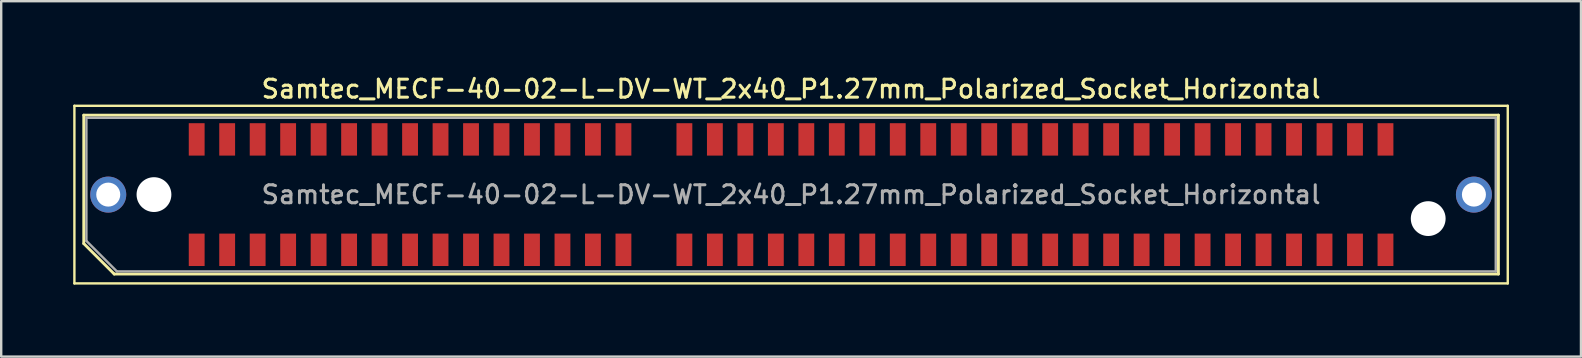
<source format=kicad_pcb>
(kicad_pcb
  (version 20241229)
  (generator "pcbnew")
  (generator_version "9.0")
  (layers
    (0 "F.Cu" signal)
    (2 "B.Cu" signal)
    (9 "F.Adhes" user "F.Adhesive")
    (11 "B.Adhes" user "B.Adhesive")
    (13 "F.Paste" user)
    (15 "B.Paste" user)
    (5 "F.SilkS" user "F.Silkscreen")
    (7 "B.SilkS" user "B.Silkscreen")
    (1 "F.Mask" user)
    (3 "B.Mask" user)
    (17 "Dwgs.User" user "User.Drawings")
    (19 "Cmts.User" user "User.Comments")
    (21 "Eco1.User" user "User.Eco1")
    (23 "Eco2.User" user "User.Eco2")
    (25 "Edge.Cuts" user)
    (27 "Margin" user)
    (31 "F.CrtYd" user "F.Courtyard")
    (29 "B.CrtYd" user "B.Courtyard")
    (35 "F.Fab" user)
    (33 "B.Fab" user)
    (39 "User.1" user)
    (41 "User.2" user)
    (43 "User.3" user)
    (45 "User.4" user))
  (footprint "Samtec_MECF-40-02-L-DV-WT_2x40_P1.27mm_Polarized_Socket_Horizontal"
    (layer "F.Cu")
    (at 29.91 5.058)
    (property "Reference" "Samtec_MECF-40-02-L-DV-WT_2x40_P1.27mm_Polarized_Socket_Horizontal" (at 0 -4.4 0) (layer "F.SilkS") (effects (font (size 0.75 0.75) (thickness 0.125))))
    (attr smd)
    (fp_line (start -29.86 -3.7) (end -29.86 3.7) (stroke (width 0.1) (type solid)) (layer "F.SilkS"))
    (fp_line (start -29.86 3.7) (end 29.86 3.7) (stroke (width 0.1) (type solid)) (layer "F.SilkS"))
    (fp_line (start -29.47 -3.31) (end 29.47 -3.31) (stroke (width 0.12) (type solid)) (layer "F.SilkS"))
    (fp_line (start -29.47 2.04) (end -29.47 -3.31) (stroke (width 0.12) (type solid)) (layer "F.SilkS"))
    (fp_line (start -28.2 3.31) (end -29.47 2.04) (stroke (width 0.12) (type solid)) (layer "F.SilkS"))
    (fp_line (start -28.2 3.31) (end 29.47 3.31) (stroke (width 0.12) (type solid)) (layer "F.SilkS"))
    (fp_line (start 29.47 3.31) (end 29.47 -3.31) (stroke (width 0.12) (type solid)) (layer "F.SilkS"))
    (fp_line (start 29.86 -3.7) (end -29.86 -3.7) (stroke (width 0.1) (type solid)) (layer "F.SilkS"))
    (fp_line (start 29.86 3.7) (end 29.86 -3.7) (stroke (width 0.1) (type solid)) (layer "F.SilkS"))
    (fp_line (start -29.36 -3.2) (end 29.36 -3.2) (stroke (width 0.1) (type solid)) (layer "F.Fab"))
    (fp_line (start -29.36 1.93) (end -29.36 -3.2) (stroke (width 0.1) (type solid)) (layer "F.Fab"))
    (fp_line (start -29.36 1.93) (end -28.09 3.2) (stroke (width 0.1) (type solid)) (layer "F.Fab"))
    (fp_line (start -28.09 3.2) (end 29.36 3.2) (stroke (width 0.1) (type solid)) (layer "F.Fab"))
    (fp_line (start 29.36 3.2) (end 29.36 -3.2) (stroke (width 0.1) (type solid)) (layer "F.Fab"))
    (fp_text user "${REFERENCE}" (at 0 0 0) (layer "F.Fab") (effects (font (size 0.75 0.75) (thickness 0.125))))
    (pad "" thru_hole circle (at -28.45 0) (size 1.5 1.5) (drill 1) (layers "*.Cu" "*.Mask"))
    (pad "" np_thru_hole circle (at -26.545 0) (size 1.45 1.45) (drill 1.45) (layers "*.Cu" "*.Mask"))
    (pad "" np_thru_hole circle (at 26.545 1) (size 1.45 1.45) (drill 1.45) (layers "*.Cu" "*.Mask"))
    (pad "" thru_hole circle (at 28.45 0) (size 1.5 1.5) (drill 1) (layers "*.Cu" "*.Mask"))
    (pad "1" smd rect (at -24.765 2.3) (size 0.66 1.35) (layers "F.Cu" "F.Mask" "F.Paste"))
    (pad "2" smd rect (at -24.765 -2.3) (size 0.66 1.35) (layers "F.Cu" "F.Mask" "F.Paste"))
    (pad "3" smd rect (at -23.495 2.3) (size 0.66 1.35) (layers "F.Cu" "F.Mask" "F.Paste"))
    (pad "4" smd rect (at -23.495 -2.3) (size 0.66 1.35) (layers "F.Cu" "F.Mask" "F.Paste"))
    (pad "5" smd rect (at -22.225 2.3) (size 0.66 1.35) (layers "F.Cu" "F.Mask" "F.Paste"))
    (pad "6" smd rect (at -22.225 -2.3) (size 0.66 1.35) (layers "F.Cu" "F.Mask" "F.Paste"))
    (pad "7" smd rect (at -20.955 2.3) (size 0.66 1.35) (layers "F.Cu" "F.Mask" "F.Paste"))
    (pad "8" smd rect (at -20.955 -2.3) (size 0.66 1.35) (layers "F.Cu" "F.Mask" "F.Paste"))
    (pad "9" smd rect (at -19.685 2.3) (size 0.66 1.35) (layers "F.Cu" "F.Mask" "F.Paste"))
    (pad "10" smd rect (at -19.685 -2.3) (size 0.66 1.35) (layers "F.Cu" "F.Mask" "F.Paste"))
    (pad "11" smd rect (at -18.415 2.3) (size 0.66 1.35) (layers "F.Cu" "F.Mask" "F.Paste"))
    (pad "12" smd rect (at -18.415 -2.3) (size 0.66 1.35) (layers "F.Cu" "F.Mask" "F.Paste"))
    (pad "13" smd rect (at -17.145 2.3) (size 0.66 1.35) (layers "F.Cu" "F.Mask" "F.Paste"))
    (pad "14" smd rect (at -17.145 -2.3) (size 0.66 1.35) (layers "F.Cu" "F.Mask" "F.Paste"))
    (pad "15" smd rect (at -15.875 2.3) (size 0.66 1.35) (layers "F.Cu" "F.Mask" "F.Paste"))
    (pad "16" smd rect (at -15.875 -2.3) (size 0.66 1.35) (layers "F.Cu" "F.Mask" "F.Paste"))
    (pad "17" smd rect (at -14.605 2.3) (size 0.66 1.35) (layers "F.Cu" "F.Mask" "F.Paste"))
    (pad "18" smd rect (at -14.605 -2.3) (size 0.66 1.35) (layers "F.Cu" "F.Mask" "F.Paste"))
    (pad "19" smd rect (at -13.335 2.3) (size 0.66 1.35) (layers "F.Cu" "F.Mask" "F.Paste"))
    (pad "20" smd rect (at -13.335 -2.3) (size 0.66 1.35) (layers "F.Cu" "F.Mask" "F.Paste"))
    (pad "21" smd rect (at -12.065 2.3) (size 0.66 1.35) (layers "F.Cu" "F.Mask" "F.Paste"))
    (pad "22" smd rect (at -12.065 -2.3) (size 0.66 1.35) (layers "F.Cu" "F.Mask" "F.Paste"))
    (pad "23" smd rect (at -10.795 2.3) (size 0.66 1.35) (layers "F.Cu" "F.Mask" "F.Paste"))
    (pad "24" smd rect (at -10.795 -2.3) (size 0.66 1.35) (layers "F.Cu" "F.Mask" "F.Paste"))
    (pad "25" smd rect (at -9.525 2.3) (size 0.66 1.35) (layers "F.Cu" "F.Mask" "F.Paste"))
    (pad "26" smd rect (at -9.525 -2.3) (size 0.66 1.35) (layers "F.Cu" "F.Mask" "F.Paste"))
    (pad "27" smd rect (at -8.255 2.3) (size 0.66 1.35) (layers "F.Cu" "F.Mask" "F.Paste"))
    (pad "28" smd rect (at -8.255 -2.3) (size 0.66 1.35) (layers "F.Cu" "F.Mask" "F.Paste"))
    (pad "29" smd rect (at -6.985 2.3) (size 0.66 1.35) (layers "F.Cu" "F.Mask" "F.Paste"))
    (pad "30" smd rect (at -6.985 -2.3) (size 0.66 1.35) (layers "F.Cu" "F.Mask" "F.Paste"))
    (pad "33" smd rect (at -4.445 2.3) (size 0.66 1.35) (layers "F.Cu" "F.Mask" "F.Paste"))
    (pad "34" smd rect (at -4.445 -2.3) (size 0.66 1.35) (layers "F.Cu" "F.Mask" "F.Paste"))
    (pad "35" smd rect (at -3.175 2.3) (size 0.66 1.35) (layers "F.Cu" "F.Mask" "F.Paste"))
    (pad "36" smd rect (at -3.175 -2.3) (size 0.66 1.35) (layers "F.Cu" "F.Mask" "F.Paste"))
    (pad "37" smd rect (at -1.905 2.3) (size 0.66 1.35) (layers "F.Cu" "F.Mask" "F.Paste"))
    (pad "38" smd rect (at -1.905 -2.3) (size 0.66 1.35) (layers "F.Cu" "F.Mask" "F.Paste"))
    (pad "39" smd rect (at -0.635 2.3) (size 0.66 1.35) (layers "F.Cu" "F.Mask" "F.Paste"))
    (pad "40" smd rect (at -0.635 -2.3) (size 0.66 1.35) (layers "F.Cu" "F.Mask" "F.Paste"))
    (pad "41" smd rect (at 0.635 2.3) (size 0.66 1.35) (layers "F.Cu" "F.Mask" "F.Paste"))
    (pad "42" smd rect (at 0.635 -2.3) (size 0.66 1.35) (layers "F.Cu" "F.Mask" "F.Paste"))
    (pad "43" smd rect (at 1.905 2.3) (size 0.66 1.35) (layers "F.Cu" "F.Mask" "F.Paste"))
    (pad "44" smd rect (at 1.905 -2.3) (size 0.66 1.35) (layers "F.Cu" "F.Mask" "F.Paste"))
    (pad "45" smd rect (at 3.175 2.3) (size 0.66 1.35) (layers "F.Cu" "F.Mask" "F.Paste"))
    (pad "46" smd rect (at 3.175 -2.3) (size 0.66 1.35) (layers "F.Cu" "F.Mask" "F.Paste"))
    (pad "47" smd rect (at 4.445 2.3) (size 0.66 1.35) (layers "F.Cu" "F.Mask" "F.Paste"))
    (pad "48" smd rect (at 4.445 -2.3) (size 0.66 1.35) (layers "F.Cu" "F.Mask" "F.Paste"))
    (pad "49" smd rect (at 5.715 2.3) (size 0.66 1.35) (layers "F.Cu" "F.Mask" "F.Paste"))
    (pad "50" smd rect (at 5.715 -2.3) (size 0.66 1.35) (layers "F.Cu" "F.Mask" "F.Paste"))
    (pad "51" smd rect (at 6.985 2.3) (size 0.66 1.35) (layers "F.Cu" "F.Mask" "F.Paste"))
    (pad "52" smd rect (at 6.985 -2.3) (size 0.66 1.35) (layers "F.Cu" "F.Mask" "F.Paste"))
    (pad "53" smd rect (at 8.255 2.3) (size 0.66 1.35) (layers "F.Cu" "F.Mask" "F.Paste"))
    (pad "54" smd rect (at 8.255 -2.3) (size 0.66 1.35) (layers "F.Cu" "F.Mask" "F.Paste"))
    (pad "55" smd rect (at 9.525 2.3) (size 0.66 1.35) (layers "F.Cu" "F.Mask" "F.Paste"))
    (pad "56" smd rect (at 9.525 -2.3) (size 0.66 1.35) (layers "F.Cu" "F.Mask" "F.Paste"))
    (pad "57" smd rect (at 10.795 2.3) (size 0.66 1.35) (layers "F.Cu" "F.Mask" "F.Paste"))
    (pad "58" smd rect (at 10.795 -2.3) (size 0.66 1.35) (layers "F.Cu" "F.Mask" "F.Paste"))
    (pad "59" smd rect (at 12.065 2.3) (size 0.66 1.35) (layers "F.Cu" "F.Mask" "F.Paste"))
    (pad "60" smd rect (at 12.065 -2.3) (size 0.66 1.35) (layers "F.Cu" "F.Mask" "F.Paste"))
    (pad "61" smd rect (at 13.335 2.3) (size 0.66 1.35) (layers "F.Cu" "F.Mask" "F.Paste"))
    (pad "62" smd rect (at 13.335 -2.3) (size 0.66 1.35) (layers "F.Cu" "F.Mask" "F.Paste"))
    (pad "63" smd rect (at 14.605 2.3) (size 0.66 1.35) (layers "F.Cu" "F.Mask" "F.Paste"))
    (pad "64" smd rect (at 14.605 -2.3) (size 0.66 1.35) (layers "F.Cu" "F.Mask" "F.Paste"))
    (pad "65" smd rect (at 15.875 2.3) (size 0.66 1.35) (layers "F.Cu" "F.Mask" "F.Paste"))
    (pad "66" smd rect (at 15.875 -2.3) (size 0.66 1.35) (layers "F.Cu" "F.Mask" "F.Paste"))
    (pad "67" smd rect (at 17.145 2.3) (size 0.66 1.35) (layers "F.Cu" "F.Mask" "F.Paste"))
    (pad "68" smd rect (at 17.145 -2.3) (size 0.66 1.35) (layers "F.Cu" "F.Mask" "F.Paste"))
    (pad "69" smd rect (at 18.415 2.3) (size 0.66 1.35) (layers "F.Cu" "F.Mask" "F.Paste"))
    (pad "70" smd rect (at 18.415 -2.3) (size 0.66 1.35) (layers "F.Cu" "F.Mask" "F.Paste"))
    (pad "71" smd rect (at 19.685 2.3) (size 0.66 1.35) (layers "F.Cu" "F.Mask" "F.Paste"))
    (pad "72" smd rect (at 19.685 -2.3) (size 0.66 1.35) (layers "F.Cu" "F.Mask" "F.Paste"))
    (pad "73" smd rect (at 20.955 2.3) (size 0.66 1.35) (layers "F.Cu" "F.Mask" "F.Paste"))
    (pad "74" smd rect (at 20.955 -2.3) (size 0.66 1.35) (layers "F.Cu" "F.Mask" "F.Paste"))
    (pad "75" smd rect (at 22.225 2.3) (size 0.66 1.35) (layers "F.Cu" "F.Mask" "F.Paste"))
    (pad "76" smd rect (at 22.225 -2.3) (size 0.66 1.35) (layers "F.Cu" "F.Mask" "F.Paste"))
    (pad "77" smd rect (at 23.495 2.3) (size 0.66 1.35) (layers "F.Cu" "F.Mask" "F.Paste"))
    (pad "78" smd rect (at 23.495 -2.3) (size 0.66 1.35) (layers "F.Cu" "F.Mask" "F.Paste"))
    (pad "79" smd rect (at 24.765 2.3) (size 0.66 1.35) (layers "F.Cu" "F.Mask" "F.Paste"))
    (pad "80" smd rect (at 24.765 -2.3) (size 0.66 1.35) (layers "F.Cu" "F.Mask" "F.Paste")))
  (gr_rect
    (start -3 -3)
    (end 62.82 11.808)
    (stroke (width 0.1) (type default))
    (fill no)
    (layer "Edge.Cuts")))
</source>
